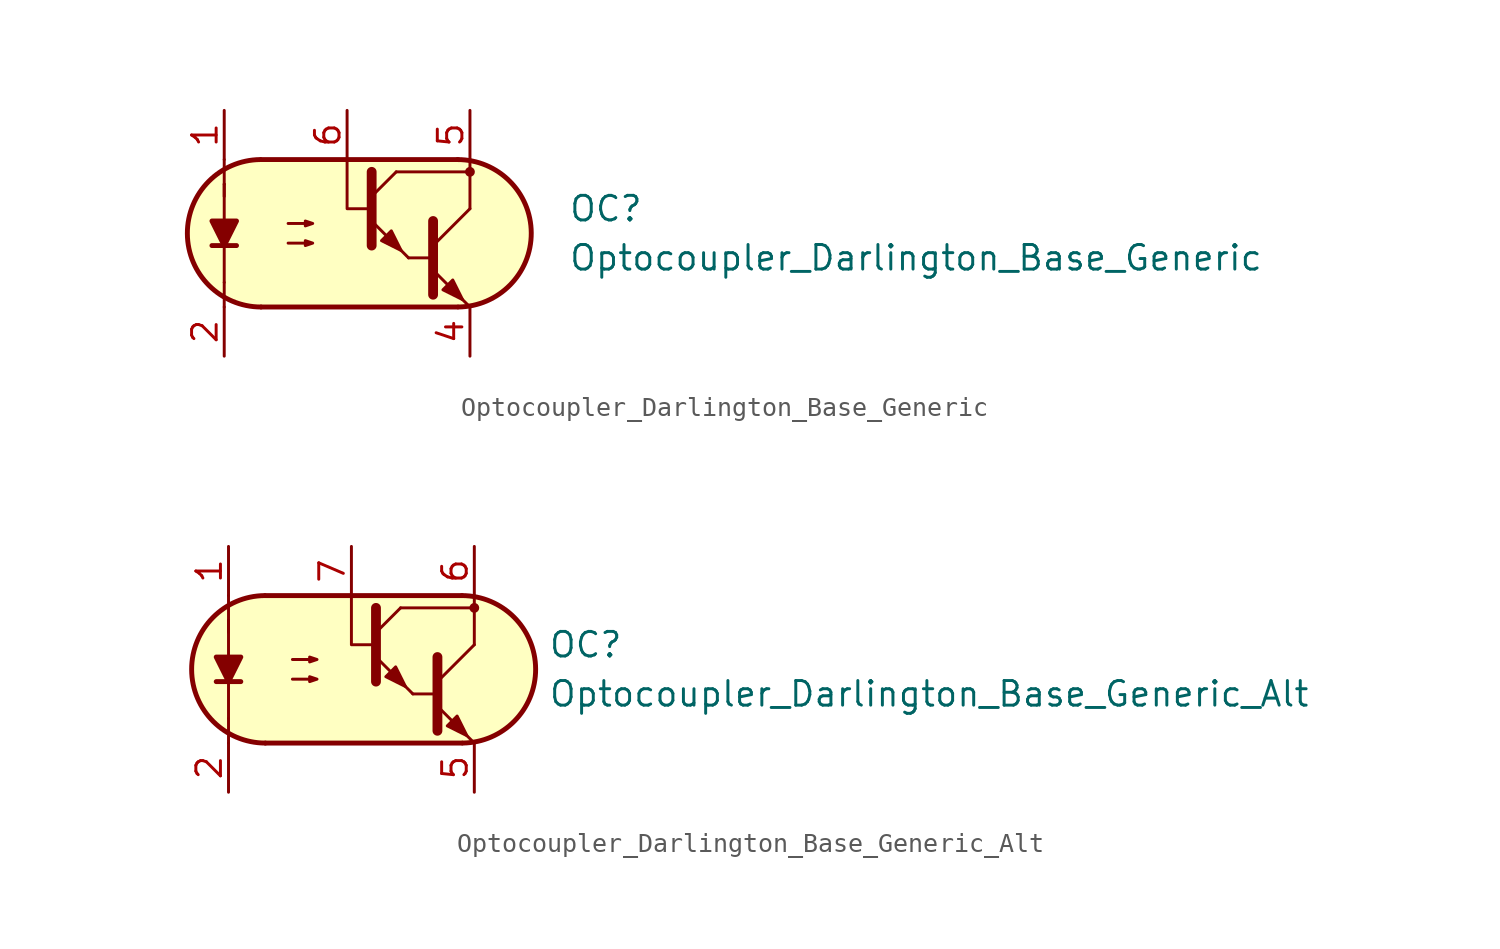
<source format=kicad_sym>
(kicad_symbol_lib
  (version 20211014)
  (generator kicad_symbol_editor)
  (symbol "Optocoupler_AKL:Optocoupler_Darlington_Base_Generic"
    (pin_names
      (offset 1.016))
    (property "Reference" "OC"
      (at 11.43 1.27 0)
      (effects (font (size 1.27 1.27)) (justify left)))
    (property "Value" "Optocoupler_Darlington_Base_Generic"
      (at 11.43 -1.27 0)
      (effects (font (size 1.27 1.27)) (justify left)))
    (symbol "Optocoupler_Darlington_Base_Generic_0_1"
      (arc (start -4.4835 3.8099) (mid -8.2551 -0.016) (end -4.4516 -3.8101) (stroke (width 0.254) (type default) (color 0 0 0 0)) (fill (type none)))
      (polyline (pts (xy -6.35 -2.54) (xy -6.35 -3.81)) (stroke (width 0.152) (type default) (color 0 0 0 0)) (fill (type none)))
      (polyline (pts (xy -6.35 -2.54) (xy -6.35 2.54)) (stroke (width 0.152) (type default) (color 0 0 0 0)) (fill (type none)))
      (polyline (pts (xy -6.35 1.905) (xy -6.35 2.54)) (stroke (width 0.152) (type default) (color 0 0 0 0)) (fill (type none)))
      (polyline (pts (xy -6.35 2.54) (xy -6.35 3.81)) (stroke (width 0.152) (type default) (color 0 0 0 0)) (fill (type none)))
      (polyline (pts (xy -4.445 -3.81) (xy 5.715 -3.81)) (stroke (width 0.254) (type default) (color 0 0 0 0)) (fill (type none)))
      (polyline (pts (xy 2.54 3.175) (xy 6.35 3.175)) (stroke (width 0.152) (type default) (color 0 0 0 0)) (fill (type none)))
      (polyline (pts (xy 3.175 -1.27) (xy 4.445 -1.27)) (stroke (width 0) (type default) (color 0 0 0 0)) (fill (type none)))
      (polyline (pts (xy 4.445 -0.635) (xy 6.35 1.27)) (stroke (width 0) (type default) (color 0 0 0 0)) (fill (type none)))
      (polyline (pts (xy 5.715 3.81) (xy -4.445 3.81)) (stroke (width 0.254) (type default) (color 0 0 0 0)) (fill (type none)))
      (polyline (pts (xy 6.35 -3.81) (xy 4.445 -1.905)) (stroke (width 0) (type default) (color 0 0 0 0)) (fill (type outline)))
      (polyline (pts (xy 6.35 1.27) (xy 6.35 3.81)) (stroke (width 0.152) (type default) (color 0 0 0 0)) (fill (type none)))
      (polyline (pts (xy 1.27 1.27) (xy 0 1.27) (xy 0 3.81)) (stroke (width 0.152) (type default) (color 0 0 0 0)) (fill (type none)))
      (polyline (pts (xy 4.445 0.635) (xy 4.445 -3.175) (xy 4.445 -3.175)) (stroke (width 0.508) (type default) (color 0 0 0 0)) (fill (type none)))
      (polyline (pts (xy -3.048 -0.508) (xy -1.778 -0.508) (xy -2.159 -0.635) (xy -2.159 -0.381) (xy -1.778 -0.508)) (stroke (width 0) (type default) (color 0 0 0 0)) (fill (type none)))
      (polyline (pts (xy -3.048 0.508) (xy -1.778 0.508) (xy -2.159 0.381) (xy -2.159 0.635) (xy -1.778 0.508)) (stroke (width 0) (type default) (color 0 0 0 0)) (fill (type none)))
      (polyline (pts (xy 4.953 -2.921) (xy 5.461 -2.413) (xy 5.969 -3.429) (xy 4.953 -2.921) (xy 4.953 -2.921)) (stroke (width 0) (type default) (color 0 0 0 0)) (fill (type outline)))
      (polyline (pts (xy 5.715 3.81) (xy -4.572 3.81) (xy -5.461 3.683) (xy -6.096 3.429) (xy -6.858 2.921) (xy -7.493 2.286) (xy -8.001 1.524) (xy -8.255 0.508) (xy -8.255 -0.254) (xy -8.128 -1.143) (xy -7.62 -2.032) (xy -6.985 -2.794) (xy -6.096 -3.429) (xy -4.572 -3.81) (xy 6.096 -3.81) (xy 7.112 -3.556) (xy 8.128 -2.921) (xy 8.89 -2.159) (xy 9.271 -1.397) (xy 9.525 -0.127) (xy 9.398 0.889) (xy 9.144 1.651) (xy 8.763 2.286) (xy 8.255 2.794) (xy 7.62 3.302) (xy 6.731 3.683) (xy 5.715 3.81)) (stroke (width 0.01) (type default) (color 0 0 0 0)) (fill (type background)))
      (arc (start 5.7469 -3.81) (mid 9.5185 0.0159) (end 5.715 3.81) (stroke (width 0.254) (type default) (color 0 0 0 0)) (fill (type none))))
    (symbol "Optocoupler_Darlington_Base_Generic_1_1"
      (polyline (pts (xy -6.985 -0.635) (xy -5.715 -0.635)) (stroke (width 0.254) (type default) (color 0 0 0 0)) (fill (type none)))
      (polyline (pts (xy 1.27 1.905) (xy 2.54 3.175)) (stroke (width 0) (type default) (color 0 0 0 0)) (fill (type none)))
      (polyline (pts (xy 3.175 -1.27) (xy 1.27 0.635)) (stroke (width 0) (type default) (color 0 0 0 0)) (fill (type outline)))
      (polyline (pts (xy 1.27 3.175) (xy 1.27 -0.635) (xy 1.27 -0.635)) (stroke (width 0.508) (type default) (color 0 0 0 0)) (fill (type none)))
      (polyline (pts (xy -6.35 -0.635) (xy -6.985 0.635) (xy -5.715 0.635) (xy -6.35 -0.635)) (stroke (width 0.254) (type default) (color 0 0 0 0)) (fill (type outline)))
      (polyline (pts (xy 1.778 -0.381) (xy 2.286 0.127) (xy 2.794 -0.889) (xy 1.778 -0.381) (xy 1.778 -0.381)) (stroke (width 0) (type default) (color 0 0 0 0)) (fill (type outline)))
      (circle (center 6.35 3.175) (radius 0.178) (stroke (width 0)) (stroke (width 0) (type default) (color 0 0 0 0)) (fill (type outline)))
      (pin passive line (at -6.35 6.35 270) (length 2.54) (name "~" (effects (font (size 1.27 1.27)))) (number "1" (effects (font (size 1.27 1.27)))))
      (pin passive line (at -6.35 -6.35 90) (length 2.54) (name "~" (effects (font (size 1.27 1.27)))) (number "2" (effects (font (size 1.27 1.27)))))
      (pin passive line (at 6.35 -6.35 90) (length 2.54) (name "~" (effects (font (size 1.27 1.27)))) (number "4" (effects (font (size 1.27 1.27)))))
      (pin passive line (at 6.35 6.35 270) (length 2.54) (name "~" (effects (font (size 1.27 1.27)))) (number "5" (effects (font (size 1.27 1.27)))))
      (pin passive line (at 0 6.35 270) (length 2.54) (name "~" (effects (font (size 1.27 1.27)))) (number "6" (effects (font (size 1.27 1.27)))))))
  (symbol "Optocoupler_AKL:Optocoupler_Darlington_Base_Generic_Alt"
    (pin_names
      (offset 1.016))
    (property "Reference" "OC"
      (at 10.16 1.27 0)
      (effects (font (size 1.27 1.27)) (justify left)))
    (property "Value" "Optocoupler_Darlington_Base_Generic_Alt"
      (at 10.16 -1.27 0)
      (effects (font (size 1.27 1.27)) (justify left)))
    (symbol "Optocoupler_Darlington_Base_Generic_Alt_0_1"
      (arc (start -4.4835 3.8099) (mid -8.2551 -0.016) (end -4.4516 -3.8101) (stroke (width 0.254) (type default) (color 0 0 0 0)) (fill (type none)))
      (polyline (pts (xy -6.35 -2.54) (xy -6.35 -3.81)) (stroke (width 0.152) (type default) (color 0 0 0 0)) (fill (type none)))
      (polyline (pts (xy -6.35 -2.54) (xy -6.35 2.54)) (stroke (width 0.152) (type default) (color 0 0 0 0)) (fill (type none)))
      (polyline (pts (xy -6.35 1.905) (xy -6.35 2.54)) (stroke (width 0.152) (type default) (color 0 0 0 0)) (fill (type none)))
      (polyline (pts (xy -6.35 2.54) (xy -6.35 3.81)) (stroke (width 0.152) (type default) (color 0 0 0 0)) (fill (type none)))
      (polyline (pts (xy -4.445 -3.81) (xy 5.715 -3.81)) (stroke (width 0.254) (type default) (color 0 0 0 0)) (fill (type none)))
      (polyline (pts (xy 2.54 3.175) (xy 6.35 3.175)) (stroke (width 0.152) (type default) (color 0 0 0 0)) (fill (type none)))
      (polyline (pts (xy 3.175 -1.27) (xy 4.445 -1.27)) (stroke (width 0) (type default) (color 0 0 0 0)) (fill (type none)))
      (polyline (pts (xy 4.445 -0.635) (xy 6.35 1.27)) (stroke (width 0) (type default) (color 0 0 0 0)) (fill (type none)))
      (polyline (pts (xy 5.715 3.81) (xy -4.445 3.81)) (stroke (width 0.254) (type default) (color 0 0 0 0)) (fill (type none)))
      (polyline (pts (xy 6.35 -3.81) (xy 4.445 -1.905)) (stroke (width 0) (type default) (color 0 0 0 0)) (fill (type outline)))
      (polyline (pts (xy 6.35 1.27) (xy 6.35 3.81)) (stroke (width 0.152) (type default) (color 0 0 0 0)) (fill (type none)))
      (polyline (pts (xy 1.27 1.27) (xy 0 1.27) (xy 0 3.81)) (stroke (width 0.152) (type default) (color 0 0 0 0)) (fill (type none)))
      (polyline (pts (xy 4.445 0.635) (xy 4.445 -3.175) (xy 4.445 -3.175)) (stroke (width 0.508) (type default) (color 0 0 0 0)) (fill (type none)))
      (polyline (pts (xy -3.048 -0.508) (xy -1.778 -0.508) (xy -2.159 -0.635) (xy -2.159 -0.381) (xy -1.778 -0.508)) (stroke (width 0) (type default) (color 0 0 0 0)) (fill (type none)))
      (polyline (pts (xy -3.048 0.508) (xy -1.778 0.508) (xy -2.159 0.381) (xy -2.159 0.635) (xy -1.778 0.508)) (stroke (width 0) (type default) (color 0 0 0 0)) (fill (type none)))
      (polyline (pts (xy 4.953 -2.921) (xy 5.461 -2.413) (xy 5.969 -3.429) (xy 4.953 -2.921) (xy 4.953 -2.921)) (stroke (width 0) (type default) (color 0 0 0 0)) (fill (type outline)))
      (polyline (pts (xy 5.715 3.81) (xy -4.572 3.81) (xy -5.461 3.683) (xy -6.096 3.429) (xy -6.858 2.921) (xy -7.493 2.286) (xy -8.001 1.524) (xy -8.255 0.508) (xy -8.255 -0.254) (xy -8.128 -1.143) (xy -7.62 -2.032) (xy -6.985 -2.794) (xy -6.096 -3.429) (xy -4.572 -3.81) (xy 6.096 -3.81) (xy 7.112 -3.556) (xy 8.128 -2.921) (xy 8.89 -2.159) (xy 9.271 -1.397) (xy 9.525 -0.127) (xy 9.398 0.889) (xy 9.144 1.651) (xy 8.763 2.286) (xy 8.255 2.794) (xy 7.62 3.302) (xy 6.731 3.683) (xy 5.715 3.81)) (stroke (width 0.01) (type default) (color 0 0 0 0)) (fill (type background)))
      (arc (start 5.7469 -3.81) (mid 9.5185 0.0159) (end 5.715 3.81) (stroke (width 0.254) (type default) (color 0 0 0 0)) (fill (type none))))
    (symbol "Optocoupler_Darlington_Base_Generic_Alt_1_1"
      (polyline (pts (xy -6.985 -0.635) (xy -5.715 -0.635)) (stroke (width 0.254) (type default) (color 0 0 0 0)) (fill (type none)))
      (polyline (pts (xy 1.27 1.905) (xy 2.54 3.175)) (stroke (width 0) (type default) (color 0 0 0 0)) (fill (type none)))
      (polyline (pts (xy 3.175 -1.27) (xy 1.27 0.635)) (stroke (width 0) (type default) (color 0 0 0 0)) (fill (type outline)))
      (polyline (pts (xy 1.27 3.175) (xy 1.27 -0.635) (xy 1.27 -0.635)) (stroke (width 0.508) (type default) (color 0 0 0 0)) (fill (type none)))
      (polyline (pts (xy -6.35 -0.635) (xy -6.985 0.635) (xy -5.715 0.635) (xy -6.35 -0.635)) (stroke (width 0.254) (type default) (color 0 0 0 0)) (fill (type outline)))
      (polyline (pts (xy 1.778 -0.381) (xy 2.286 0.127) (xy 2.794 -0.889) (xy 1.778 -0.381) (xy 1.778 -0.381)) (stroke (width 0) (type default) (color 0 0 0 0)) (fill (type outline)))
      (circle (center 6.35 3.175) (radius 0.178) (stroke (width 0)) (stroke (width 0) (type default) (color 0 0 0 0)) (fill (type outline)))
      (pin passive line (at -6.35 6.35 270) (length 2.54) (name "~" (effects (font (size 1.27 1.27)))) (number "1" (effects (font (size 1.27 1.27)))))
      (pin passive line (at -6.35 -6.35 90) (length 2.54) (name "~" (effects (font (size 1.27 1.27)))) (number "2" (effects (font (size 1.27 1.27)))))
      (pin passive line (at 6.35 -6.35 90) (length 2.54) (name "~" (effects (font (size 1.27 1.27)))) (number "5" (effects (font (size 1.27 1.27)))))
      (pin passive line (at 6.35 6.35 270) (length 2.54) (name "~" (effects (font (size 1.27 1.27)))) (number "6" (effects (font (size 1.27 1.27)))))
      (pin passive line (at 0 6.35 270) (length 2.54) (name "~" (effects (font (size 1.27 1.27)))) (number "7" (effects (font (size 1.27 1.27))))))))
</source>
